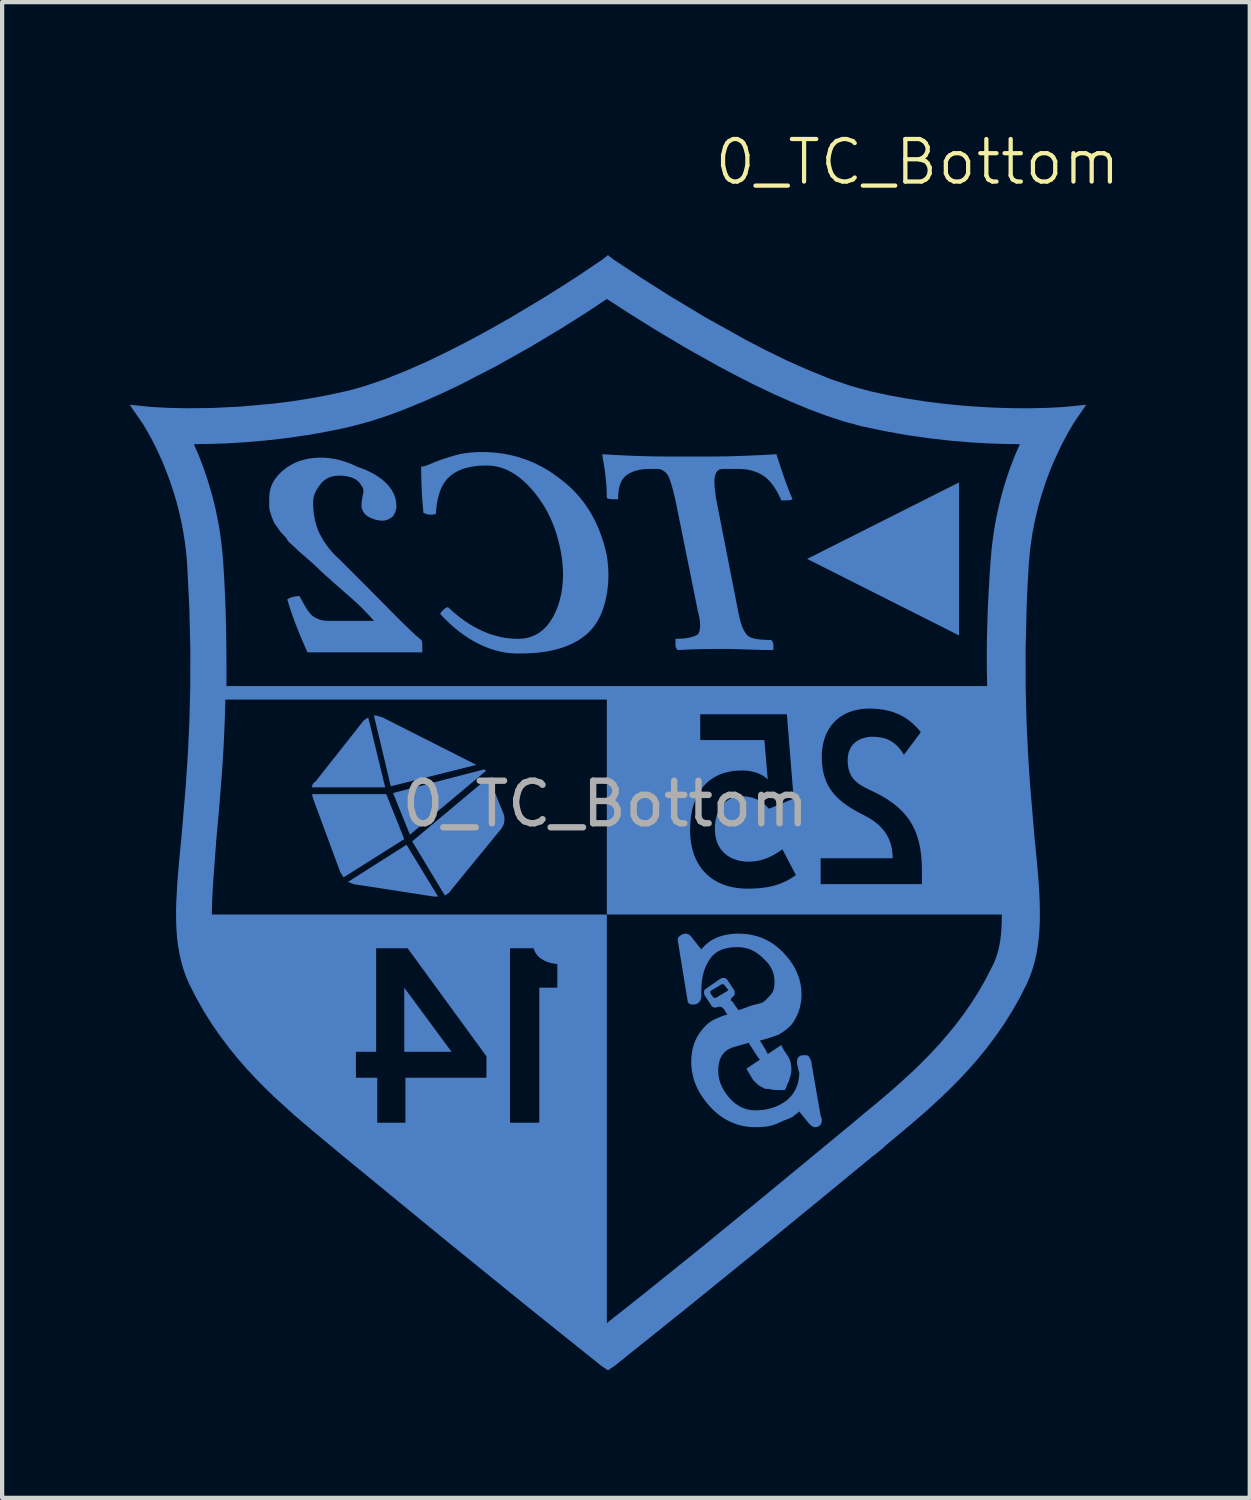
<source format=kicad_pcb>
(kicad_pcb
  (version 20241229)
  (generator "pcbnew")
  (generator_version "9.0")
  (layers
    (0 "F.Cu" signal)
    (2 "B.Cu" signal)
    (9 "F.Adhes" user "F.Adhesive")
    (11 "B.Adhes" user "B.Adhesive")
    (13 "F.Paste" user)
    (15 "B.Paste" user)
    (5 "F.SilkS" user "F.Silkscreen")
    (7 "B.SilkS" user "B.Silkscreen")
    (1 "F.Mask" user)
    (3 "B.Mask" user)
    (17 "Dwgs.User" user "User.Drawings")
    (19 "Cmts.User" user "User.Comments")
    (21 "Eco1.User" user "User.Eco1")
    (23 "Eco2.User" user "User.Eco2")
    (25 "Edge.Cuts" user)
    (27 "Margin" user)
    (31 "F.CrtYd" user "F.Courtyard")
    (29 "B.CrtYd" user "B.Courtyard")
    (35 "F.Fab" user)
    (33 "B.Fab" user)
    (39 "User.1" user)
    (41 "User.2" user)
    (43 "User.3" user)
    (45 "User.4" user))
  (footprint "0_TC_Bottom"
    (layer "F.Cu")
    (at 11.182 13.351)
    (property "Reference" "0_TC_Bottom" (at 7.34 -12.59 0) (unlocked yes) (layer "F.SilkS") (effects (font (size 1 1) (thickness 0.1))))
    (attr smd)
    (fp_poly (pts (xy -3.615 8.329) (xy -4.727 8.329) (xy -4.727 6.821)) (stroke (width -0.000001) (type solid)) (fill yes) (layer "B.Cu"))
    (fp_poly (pts (xy 8.317 -1.46) (xy 4.745 -3.26) (xy 8.317 -5.059)) (stroke (width -0.000001) (type solid)) (fill yes) (layer "B.Cu"))
    (fp_poly (pts (xy -3.933 4.678) (xy -4.039 4.678) (xy -5.917 4.387) (xy -6.05 4.334) (xy -4.674 3.461)) (stroke (width -0.000001) (type solid)) (fill yes) (layer "B.Cu"))
    (fp_poly (pts (xy -4.727 3.328) (xy -6.155 4.228) (xy -6.235 4.096) (xy -6.87 2.376) (xy -6.896 2.27) (xy -5.15 2.27)) (stroke (width -0.000001) (type solid)) (fill yes) (layer "B.Cu"))
    (fp_poly (pts (xy -5.431 0.418) (xy -5.42 0.419) (xy -5.409 0.421) (xy -5.397 0.423) (xy -5.384 0.425) (xy -5.372 0.428) (xy -5.345 0.435) (xy -5.317 0.443) (xy -5.288 0.452) (xy -5.229 0.471) (xy -3.033 1.582) (xy -5.044 2.085) (xy -5.441 0.418)) (stroke (width -0.000001) (type solid)) (fill yes) (layer "B.Cu"))
    (fp_poly (pts (xy -2.839 1.697) (xy -2.836 1.7) (xy -2.832 1.703) (xy -2.829 1.706) (xy -2.827 1.708) (xy -2.825 1.709) (xy -2.824 1.71) (xy -2.823 1.711) (xy -2.822 1.711) (xy -2.82 1.712) (xy -2.819 1.712) (xy -2.818 1.713) (xy -2.817 1.713) (xy -2.815 1.713) (xy -2.814 1.714) (xy -2.811 1.714) (xy -2.808 1.714) (xy -2.804 1.714) (xy -2.795 1.714) (xy -4.594 3.223) (xy -4.991 2.244) (xy -2.848 1.688)) (stroke (width -0.000001) (type solid)) (fill yes) (layer "B.Cu"))
    (fp_poly (pts (xy -2.398 2.72) (xy -2.389 2.745) (xy -2.382 2.769) (xy -2.377 2.794) (xy -2.373 2.819) (xy -2.371 2.843) (xy -2.371 2.867) (xy -2.372 2.891) (xy -2.375 2.915) (xy -2.38 2.938) (xy -2.386 2.962) (xy -2.393 2.984) (xy -2.402 3.006) (xy -2.412 3.028) (xy -2.424 3.049) (xy -2.437 3.07) (xy -2.451 3.09) (xy -3.642 4.546) (xy -3.647 4.555) (xy -3.653 4.564) (xy -3.659 4.573) (xy -3.666 4.581) (xy -3.674 4.588) (xy -3.681 4.595) (xy -3.69 4.602) (xy -3.698 4.608) (xy -3.707 4.614) (xy -3.716 4.62) (xy -3.725 4.626) (xy -3.735 4.631) (xy -3.754 4.641) (xy -3.774 4.651) (xy -4.541 3.381) (xy -2.742 1.873)) (stroke (width -0.000001) (type solid)) (fill yes) (layer "B.Cu"))
    (fp_poly (pts (xy -5.176 2.111) (xy -6.896 2.111) (xy -6.896 2.101) (xy -6.895 2.092) (xy -6.893 2.082) (xy -6.891 2.072) (xy -6.89 2.067) (xy -6.888 2.063) (xy -6.887 2.058) (xy -6.885 2.053) (xy -6.883 2.049) (xy -6.881 2.044) (xy -6.879 2.04) (xy -6.876 2.035) (xy -6.874 2.031) (xy -6.871 2.027) (xy -6.868 2.023) (xy -6.865 2.019) (xy -6.862 2.015) (xy -6.859 2.011) (xy -6.855 2.007) (xy -6.852 2.003) (xy -6.848 2) (xy -6.844 1.997) (xy -6.84 1.993) (xy -6.835 1.99) (xy -6.831 1.987) (xy -6.826 1.984) (xy -6.822 1.982) (xy -6.817 1.979) (xy -5.732 0.603) (xy -5.722 0.589) (xy -5.712 0.576) (xy -5.702 0.564) (xy -5.692 0.553) (xy -5.682 0.543) (xy -5.673 0.533) (xy -5.663 0.525) (xy -5.653 0.517) (xy -5.643 0.51) (xy -5.633 0.504) (xy -5.623 0.497) (xy -5.613 0.492) (xy -5.593 0.481) (xy -5.573 0.471)) (stroke (width -0.000001) (type solid)) (fill yes) (layer "B.Cu"))
    (fp_poly (pts (xy -2.773 -5.771) (xy -2.646 -5.763) (xy -2.52 -5.751) (xy -2.395 -5.733) (xy -2.272 -5.71) (xy -2.151 -5.683) (xy -2.031 -5.649) (xy -1.912 -5.611) (xy -1.795 -5.568) (xy -1.68 -5.519) (xy -1.566 -5.464) (xy -1.454 -5.405) (xy -1.343 -5.34) (xy -1.235 -5.269) (xy -1.128 -5.193) (xy -1.022 -5.112) (xy -0.921 -5.03) (xy -0.824 -4.944) (xy -0.732 -4.854) (xy -0.645 -4.76) (xy -0.563 -4.662) (xy -0.485 -4.56) (xy -0.413 -4.454) (xy -0.344 -4.344) (xy -0.281 -4.231) (xy -0.222 -4.114) (xy -0.168 -3.993) (xy -0.118 -3.869) (xy -0.073 -3.741) (xy -0.032 -3.611) (xy 0.004 -3.476) (xy 0.036 -3.339) (xy 0.053 -3.21) (xy 0.065 -3.081) (xy 0.069 -3.017) (xy 0.072 -2.952) (xy 0.073 -2.888) (xy 0.072 -2.823) (xy 0.07 -2.759) (xy 0.067 -2.694) (xy 0.061 -2.63) (xy 0.054 -2.565) (xy 0.046 -2.501) (xy 0.035 -2.436) (xy 0.023 -2.372) (xy 0.009 -2.307) (xy -0.006 -2.244) (xy -0.023 -2.182) (xy -0.041 -2.122) (xy -0.061 -2.064) (xy -0.082 -2.007) (xy -0.105 -1.952) (xy -0.13 -1.899) (xy -0.156 -1.847) (xy -0.184 -1.797) (xy -0.214 -1.749) (xy -0.247 -1.702) (xy -0.281 -1.656) (xy -0.317 -1.612) (xy -0.356 -1.569) (xy -0.397 -1.527) (xy -0.44 -1.487) (xy -0.507 -1.434) (xy -0.577 -1.384) (xy -0.651 -1.337) (xy -0.729 -1.294) (xy -0.81 -1.254) (xy -0.896 -1.217) (xy -0.985 -1.183) (xy -1.079 -1.153) (xy -1.176 -1.126) (xy -1.278 -1.103) (xy -1.384 -1.083) (xy -1.493 -1.067) (xy -1.607 -1.054) (xy -1.726 -1.045) (xy -1.848 -1.039) (xy -1.975 -1.037) (xy -2.099 -1.036) (xy -2.223 -1.043) (xy -2.347 -1.058) (xy -2.47 -1.081) (xy -2.593 -1.112) (xy -2.715 -1.151) (xy -2.836 -1.198) (xy -2.957 -1.252) (xy -3.077 -1.314) (xy -3.196 -1.384) (xy -3.313 -1.462) (xy -3.43 -1.547) (xy -3.545 -1.64) (xy -3.658 -1.74) (xy -3.77 -1.848) (xy -3.88 -1.963) (xy -3.88 -1.966) (xy -3.88 -1.968) (xy -3.879 -1.971) (xy -3.879 -1.973) (xy -3.878 -1.976) (xy -3.877 -1.978) (xy -3.876 -1.981) (xy -3.875 -1.983) (xy -3.874 -1.986) (xy -3.872 -1.989) (xy -3.869 -1.994) (xy -3.865 -2) (xy -3.86 -2.006) (xy -3.855 -2.013) (xy -3.849 -2.019) (xy -3.842 -2.026) (xy -3.835 -2.034) (xy -3.819 -2.05) (xy -3.801 -2.069) (xy -3.791 -2.078) (xy -3.782 -2.087) (xy -3.773 -2.094) (xy -3.765 -2.1) (xy -3.758 -2.105) (xy -3.751 -2.109) (xy -3.744 -2.113) (xy -3.738 -2.115) (xy -3.732 -2.118) (xy -3.726 -2.119) (xy -3.72 -2.12) (xy -3.715 -2.121) (xy -3.71 -2.122) (xy -3.705 -2.122) (xy -3.695 -2.122) (xy -3.595 -2.031) (xy -3.495 -1.946) (xy -3.394 -1.867) (xy -3.293 -1.794) (xy -3.192 -1.727) (xy -3.09 -1.667) (xy -2.987 -1.612) (xy -2.884 -1.563) (xy -2.781 -1.52) (xy -2.678 -1.483) (xy -2.574 -1.452) (xy -2.471 -1.426) (xy -2.367 -1.406) (xy -2.263 -1.392) (xy -2.159 -1.384) (xy -2.054 -1.381) (xy -1.981 -1.384) (xy -1.91 -1.391) (xy -1.842 -1.403) (xy -1.777 -1.42) (xy -1.713 -1.442) (xy -1.653 -1.469) (xy -1.594 -1.5) (xy -1.538 -1.537) (xy -1.485 -1.577) (xy -1.434 -1.623) (xy -1.386 -1.673) (xy -1.34 -1.727) (xy -1.297 -1.786) (xy -1.256 -1.85) (xy -1.217 -1.917) (xy -1.181 -1.99) (xy -1.148 -2.065) (xy -1.118 -2.143) (xy -1.091 -2.224) (xy -1.068 -2.306) (xy -1.047 -2.391) (xy -1.03 -2.478) (xy -1.016 -2.567) (xy -1.006 -2.658) (xy -0.999 -2.75) (xy -0.995 -2.845) (xy -0.995 -2.941) (xy -0.999 -3.039) (xy -1.006 -3.138) (xy -1.017 -3.239) (xy -1.031 -3.341) (xy -1.049 -3.445) (xy -1.07 -3.548) (xy -1.094 -3.65) (xy -1.12 -3.749) (xy -1.149 -3.847) (xy -1.18 -3.943) (xy -1.214 -4.036) (xy -1.251 -4.129) (xy -1.29 -4.219) (xy -1.333 -4.307) (xy -1.378 -4.394) (xy -1.426 -4.478) (xy -1.477 -4.561) (xy -1.531 -4.642) (xy -1.588 -4.721) (xy -1.647 -4.798) (xy -1.71 -4.874) (xy -1.775 -4.946) (xy -1.839 -5.013) (xy -1.904 -5.075) (xy -1.969 -5.132) (xy -2.034 -5.184) (xy -2.1 -5.232) (xy -2.166 -5.275) (xy -2.233 -5.313) (xy -2.3 -5.347) (xy -2.368 -5.376) (xy -2.437 -5.401) (xy -2.507 -5.421) (xy -2.577 -5.436) (xy -2.649 -5.447) (xy -2.721 -5.454) (xy -2.795 -5.456) (xy -2.873 -5.454) (xy -2.948 -5.451) (xy -3.02 -5.445) (xy -3.088 -5.436) (xy -3.154 -5.426) (xy -3.217 -5.412) (xy -3.277 -5.397) (xy -3.334 -5.38) (xy -3.389 -5.36) (xy -3.44 -5.338) (xy -3.489 -5.314) (xy -3.536 -5.288) (xy -3.579 -5.26) (xy -3.62 -5.23) (xy -3.659 -5.198) (xy -3.695 -5.165) (xy -3.728 -5.129) (xy -3.759 -5.09) (xy -3.788 -5.049) (xy -3.815 -5.006) (xy -3.839 -4.961) (xy -3.861 -4.913) (xy -3.882 -4.863) (xy -3.9 -4.811) (xy -3.916 -4.756) (xy -3.931 -4.7) (xy -3.944 -4.641) (xy -3.955 -4.581) (xy -3.965 -4.518) (xy -3.973 -4.453) (xy -3.98 -4.387) (xy -3.986 -4.318) (xy -4.001 -4.313) (xy -4.017 -4.309) (xy -4.033 -4.306) (xy -4.05 -4.304) (xy -4.067 -4.302) (xy -4.085 -4.301) (xy -4.103 -4.301) (xy -4.121 -4.301) (xy -4.14 -4.303) (xy -4.159 -4.306) (xy -4.178 -4.31) (xy -4.198 -4.314) (xy -4.218 -4.32) (xy -4.237 -4.327) (xy -4.257 -4.335) (xy -4.277 -4.344) (xy -4.296 -4.562) (xy -4.305 -4.685) (xy -4.313 -4.817) (xy -4.32 -4.958) (xy -4.325 -5.107) (xy -4.329 -5.264) (xy -4.33 -5.429) (xy -4.315 -5.43) (xy -4.299 -5.432) (xy -4.282 -5.434) (xy -4.265 -5.438) (xy -4.248 -5.443) (xy -4.229 -5.449) (xy -4.21 -5.455) (xy -4.191 -5.462) (xy -4.15 -5.478) (xy -4.107 -5.496) (xy -4.061 -5.515) (xy -4.012 -5.535) (xy -3.961 -5.555) (xy -3.908 -5.575) (xy -3.852 -5.595) (xy -3.794 -5.614) (xy -3.733 -5.634) (xy -3.67 -5.654) (xy -3.604 -5.674) (xy -3.536 -5.694) (xy -3.465 -5.712) (xy -3.392 -5.729) (xy -3.317 -5.742) (xy -3.238 -5.753) (xy -3.158 -5.762) (xy -3.075 -5.768) (xy -2.989 -5.772) (xy -2.901 -5.773)) (stroke (width -0.000001) (type solid)) (fill yes) (layer "B.Cu"))
    (fp_poly (pts (xy 4.013 -5.72) (xy 4.017 -5.72) (xy 4.02 -5.72) (xy 4.021 -5.72) (xy 4.022 -5.719) (xy 4.024 -5.719) (xy 4.025 -5.719) (xy 4.026 -5.719) (xy 4.026 -5.718) (xy 4.027 -5.718) (xy 4.028 -5.717) (xy 4.028 -5.716) (xy 4.029 -5.716) (xy 4.029 -5.715) (xy 4.03 -5.714) (xy 4.03 -5.713) (xy 4.03 -5.712) (xy 4.03 -5.71) (xy 4.031 -5.709) (xy 4.031 -5.706) (xy 4.031 -5.703) (xy 4.031 -5.694) (xy 4.111 -5.451) (xy 4.196 -5.198) (xy 4.242 -5.068) (xy 4.292 -4.935) (xy 4.344 -4.8) (xy 4.401 -4.662) (xy 4.391 -4.657) (xy 4.38 -4.653) (xy 4.369 -4.65) (xy 4.356 -4.647) (xy 4.343 -4.644) (xy 4.329 -4.642) (xy 4.315 -4.64) (xy 4.299 -4.639) (xy 4.282 -4.638) (xy 4.265 -4.637) (xy 4.227 -4.636) (xy 4.184 -4.636) (xy 4.137 -4.636) (xy 4.116 -4.684) (xy 4.095 -4.732) (xy 4.072 -4.778) (xy 4.048 -4.823) (xy 4.024 -4.866) (xy 3.998 -4.908) (xy 3.972 -4.948) (xy 3.945 -4.986) (xy 3.917 -5.022) (xy 3.889 -5.057) (xy 3.861 -5.089) (xy 3.832 -5.119) (xy 3.803 -5.147) (xy 3.773 -5.173) (xy 3.743 -5.197) (xy 3.714 -5.218) (xy 3.683 -5.237) (xy 3.652 -5.255) (xy 3.619 -5.272) (xy 3.585 -5.287) (xy 3.551 -5.301) (xy 3.515 -5.314) (xy 3.479 -5.326) (xy 3.442 -5.337) (xy 3.405 -5.346) (xy 3.367 -5.354) (xy 3.328 -5.361) (xy 3.289 -5.366) (xy 3.25 -5.371) (xy 3.211 -5.374) (xy 3.171 -5.376) (xy 3.131 -5.376) (xy 2.788 -5.376) (xy 2.764 -5.376) (xy 2.742 -5.374) (xy 2.731 -5.372) (xy 2.721 -5.371) (xy 2.712 -5.368) (xy 2.702 -5.366) (xy 2.694 -5.363) (xy 2.685 -5.36) (xy 2.677 -5.357) (xy 2.669 -5.353) (xy 2.662 -5.348) (xy 2.655 -5.344) (xy 2.648 -5.339) (xy 2.642 -5.333) (xy 2.636 -5.328) (xy 2.63 -5.321) (xy 2.625 -5.315) (xy 2.62 -5.308) (xy 2.615 -5.3) (xy 2.61 -5.293) (xy 2.606 -5.285) (xy 2.601 -5.276) (xy 2.594 -5.257) (xy 2.587 -5.237) (xy 2.581 -5.215) (xy 2.576 -5.191) (xy 2.571 -5.166) (xy 2.568 -5.14) (xy 2.566 -5.114) (xy 2.565 -5.087) (xy 2.565 -5.059) (xy 2.566 -5.03) (xy 2.567 -5) (xy 2.569 -4.97) (xy 2.575 -4.906) (xy 2.583 -4.838) (xy 2.602 -4.688) (xy 3.131 -1.99) (xy 3.142 -1.937) (xy 3.153 -1.887) (xy 3.164 -1.84) (xy 3.176 -1.795) (xy 3.188 -1.754) (xy 3.201 -1.715) (xy 3.214 -1.679) (xy 3.227 -1.646) (xy 3.241 -1.615) (xy 3.255 -1.586) (xy 3.27 -1.56) (xy 3.284 -1.536) (xy 3.299 -1.514) (xy 3.313 -1.494) (xy 3.328 -1.476) (xy 3.343 -1.461) (xy 3.351 -1.453) (xy 3.36 -1.446) (xy 3.369 -1.44) (xy 3.379 -1.433) (xy 3.39 -1.427) (xy 3.401 -1.421) (xy 3.426 -1.41) (xy 3.454 -1.401) (xy 3.484 -1.392) (xy 3.517 -1.384) (xy 3.552 -1.378) (xy 3.589 -1.372) (xy 3.628 -1.367) (xy 3.669 -1.363) (xy 3.711 -1.36) (xy 3.756 -1.358) (xy 3.802 -1.356) (xy 3.85 -1.355) (xy 3.899 -1.355) (xy 3.909 -1.345) (xy 3.913 -1.339) (xy 3.918 -1.334) (xy 3.923 -1.328) (xy 3.927 -1.322) (xy 3.929 -1.319) (xy 3.931 -1.316) (xy 3.933 -1.312) (xy 3.935 -1.308) (xy 3.937 -1.305) (xy 3.939 -1.301) (xy 3.94 -1.296) (xy 3.942 -1.292) (xy 3.943 -1.288) (xy 3.945 -1.283) (xy 3.946 -1.278) (xy 3.947 -1.273) (xy 3.948 -1.267) (xy 3.949 -1.262) (xy 3.95 -1.256) (xy 3.951 -1.25) (xy 3.951 -1.243) (xy 3.951 -1.237) (xy 3.952 -1.23) (xy 3.952 -1.222) (xy 3.952 -1.117) (xy 3.787 -1.118) (xy 3.629 -1.121) (xy 3.337 -1.13) (xy 3.074 -1.139) (xy 2.953 -1.142) (xy 2.84 -1.143) (xy 2.592 -1.143) (xy 2.321 -1.14) (xy 2.177 -1.137) (xy 2.026 -1.132) (xy 1.868 -1.125) (xy 1.703 -1.117) (xy 1.693 -1.127) (xy 1.688 -1.132) (xy 1.683 -1.137) (xy 1.679 -1.143) (xy 1.674 -1.149) (xy 1.672 -1.152) (xy 1.67 -1.156) (xy 1.668 -1.159) (xy 1.666 -1.163) (xy 1.665 -1.167) (xy 1.663 -1.171) (xy 1.661 -1.175) (xy 1.66 -1.179) (xy 1.658 -1.184) (xy 1.657 -1.188) (xy 1.656 -1.193) (xy 1.654 -1.198) (xy 1.653 -1.204) (xy 1.652 -1.209) (xy 1.652 -1.215) (xy 1.651 -1.221) (xy 1.65 -1.228) (xy 1.65 -1.235) (xy 1.65 -1.242) (xy 1.65 -1.249) (xy 1.65 -1.381) (xy 1.703 -1.382) (xy 1.753 -1.384) (xy 1.8 -1.386) (xy 1.844 -1.39) (xy 1.886 -1.395) (xy 1.924 -1.401) (xy 1.96 -1.407) (xy 1.994 -1.414) (xy 2.025 -1.422) (xy 2.053 -1.43) (xy 2.08 -1.439) (xy 2.104 -1.448) (xy 2.126 -1.458) (xy 2.145 -1.467) (xy 2.163 -1.477) (xy 2.179 -1.487) (xy 2.189 -1.503) (xy 2.197 -1.521) (xy 2.205 -1.54) (xy 2.212 -1.562) (xy 2.218 -1.586) (xy 2.223 -1.613) (xy 2.227 -1.641) (xy 2.229 -1.672) (xy 2.229 -1.706) (xy 2.228 -1.742) (xy 2.225 -1.78) (xy 2.22 -1.822) (xy 2.213 -1.866) (xy 2.204 -1.913) (xy 2.193 -1.963) (xy 2.179 -2.016) (xy 1.65 -4.636) (xy 1.63 -4.722) (xy 1.61 -4.804) (xy 1.59 -4.881) (xy 1.57 -4.953) (xy 1.551 -5.02) (xy 1.531 -5.082) (xy 1.511 -5.139) (xy 1.491 -5.191) (xy 1.481 -5.211) (xy 1.469 -5.229) (xy 1.456 -5.248) (xy 1.442 -5.265) (xy 1.428 -5.281) (xy 1.412 -5.296) (xy 1.396 -5.31) (xy 1.379 -5.323) (xy 1.361 -5.335) (xy 1.343 -5.346) (xy 1.324 -5.355) (xy 1.315 -5.359) (xy 1.305 -5.362) (xy 1.295 -5.365) (xy 1.286 -5.368) (xy 1.276 -5.371) (xy 1.266 -5.373) (xy 1.256 -5.374) (xy 1.246 -5.375) (xy 1.236 -5.376) (xy 1.226 -5.376) (xy 1.068 -5.376) (xy 1.019 -5.376) (xy 0.972 -5.374) (xy 0.927 -5.371) (xy 0.884 -5.366) (xy 0.842 -5.361) (xy 0.802 -5.354) (xy 0.764 -5.346) (xy 0.727 -5.337) (xy 0.692 -5.326) (xy 0.658 -5.314) (xy 0.626 -5.301) (xy 0.595 -5.287) (xy 0.566 -5.272) (xy 0.538 -5.255) (xy 0.511 -5.237) (xy 0.486 -5.218) (xy 0.473 -5.207) (xy 0.462 -5.197) (xy 0.451 -5.186) (xy 0.44 -5.174) (xy 0.429 -5.162) (xy 0.419 -5.15) (xy 0.41 -5.137) (xy 0.401 -5.123) (xy 0.392 -5.109) (xy 0.384 -5.095) (xy 0.369 -5.065) (xy 0.355 -5.033) (xy 0.343 -4.999) (xy 0.333 -4.964) (xy 0.324 -4.926) (xy 0.317 -4.887) (xy 0.311 -4.846) (xy 0.306 -4.802) (xy 0.303 -4.757) (xy 0.301 -4.711) (xy 0.3 -4.662) (xy 0.211 -4.662) (xy 0.173 -4.663) (xy 0.138 -4.665) (xy 0.123 -4.667) (xy 0.108 -4.668) (xy 0.094 -4.671) (xy 0.081 -4.673) (xy 0.069 -4.676) (xy 0.057 -4.68) (xy 0.046 -4.684) (xy 0.036 -4.688) (xy 0.033 -4.826) (xy 0.027 -4.961) (xy 0.016 -5.093) (xy 0.003 -5.221) (xy -0.013 -5.345) (xy -0.031 -5.466) (xy -0.07 -5.694) (xy -0.07 -5.703) (xy -0.07 -5.706) (xy -0.07 -5.709) (xy -0.069 -5.71) (xy -0.069 -5.712) (xy -0.069 -5.713) (xy -0.069 -5.714) (xy -0.068 -5.715) (xy -0.068 -5.716) (xy -0.067 -5.716) (xy -0.067 -5.717) (xy -0.066 -5.718) (xy -0.065 -5.718) (xy -0.064 -5.719) (xy -0.064 -5.719) (xy -0.063 -5.719) (xy -0.061 -5.719) (xy -0.06 -5.72) (xy -0.059 -5.72) (xy -0.056 -5.72) (xy -0.052 -5.72) (xy -0.044 -5.72) (xy 0.289 -5.701) (xy 0.654 -5.684) (xy 1.054 -5.672) (xy 1.268 -5.669) (xy 1.491 -5.667) (xy 2.444 -5.667) (xy 2.659 -5.669) (xy 2.87 -5.672) (xy 3.274 -5.684) (xy 3.653 -5.701) (xy 4.005 -5.72)) (stroke (width -0.000001) (type solid)) (fill yes) (layer "B.Cu"))
    (fp_poly (pts (xy -6.63 -5.64) (xy -6.575 -5.637) (xy -6.521 -5.633) (xy -6.467 -5.626) (xy -6.413 -5.618) (xy -6.359 -5.609) (xy -6.305 -5.598) (xy -6.251 -5.585) (xy -6.198 -5.57) (xy -6.145 -5.554) (xy -6.093 -5.537) (xy -6.041 -5.518) (xy -5.989 -5.498) (xy -5.938 -5.476) (xy -5.888 -5.453) (xy -5.838 -5.429) (xy -5.723 -5.388) (xy -5.616 -5.344) (xy -5.517 -5.297) (xy -5.425 -5.247) (xy -5.342 -5.195) (xy -5.266 -5.141) (xy -5.198 -5.084) (xy -5.137 -5.026) (xy -5.083 -4.965) (xy -5.037 -4.903) (xy -4.999 -4.839) (xy -4.967 -4.774) (xy -4.943 -4.708) (xy -4.926 -4.641) (xy -4.915 -4.572) (xy -4.912 -4.503) (xy -4.912 -4.488) (xy -4.913 -4.473) (xy -4.915 -4.459) (xy -4.917 -4.444) (xy -4.92 -4.429) (xy -4.923 -4.414) (xy -4.927 -4.399) (xy -4.932 -4.384) (xy -4.937 -4.369) (xy -4.943 -4.354) (xy -4.949 -4.339) (xy -4.957 -4.325) (xy -4.964 -4.31) (xy -4.973 -4.295) (xy -4.982 -4.28) (xy -4.991 -4.265) (xy -5.002 -4.255) (xy -5.013 -4.245) (xy -5.026 -4.236) (xy -5.04 -4.226) (xy -5.054 -4.217) (xy -5.069 -4.208) (xy -5.084 -4.2) (xy -5.1 -4.192) (xy -5.117 -4.185) (xy -5.133 -4.179) (xy -5.15 -4.173) (xy -5.166 -4.168) (xy -5.182 -4.164) (xy -5.199 -4.162) (xy -5.214 -4.16) (xy -5.229 -4.159) (xy -5.249 -4.16) (xy -5.269 -4.16) (xy -5.289 -4.162) (xy -5.309 -4.164) (xy -5.329 -4.167) (xy -5.348 -4.17) (xy -5.368 -4.174) (xy -5.388 -4.179) (xy -5.408 -4.184) (xy -5.428 -4.19) (xy -5.448 -4.197) (xy -5.467 -4.204) (xy -5.487 -4.212) (xy -5.507 -4.22) (xy -5.527 -4.229) (xy -5.547 -4.239) (xy -5.566 -4.249) (xy -5.584 -4.26) (xy -5.601 -4.271) (xy -5.617 -4.283) (xy -5.631 -4.296) (xy -5.645 -4.309) (xy -5.658 -4.323) (xy -5.669 -4.338) (xy -5.68 -4.353) (xy -5.69 -4.369) (xy -5.699 -4.385) (xy -5.707 -4.402) (xy -5.714 -4.42) (xy -5.721 -4.438) (xy -5.727 -4.457) (xy -5.732 -4.477) (xy -5.732 -4.498) (xy -5.732 -4.522) (xy -5.731 -4.549) (xy -5.729 -4.579) (xy -5.726 -4.613) (xy -5.723 -4.632) (xy -5.721 -4.652) (xy -5.718 -4.672) (xy -5.714 -4.694) (xy -5.71 -4.717) (xy -5.706 -4.741) (xy -5.701 -4.761) (xy -5.697 -4.78) (xy -5.694 -4.798) (xy -5.691 -4.816) (xy -5.689 -4.833) (xy -5.688 -4.849) (xy -5.688 -4.865) (xy -5.689 -4.88) (xy -5.691 -4.895) (xy -5.693 -4.909) (xy -5.697 -4.922) (xy -5.702 -4.935) (xy -5.708 -4.947) (xy -5.715 -4.958) (xy -5.723 -4.969) (xy -5.732 -4.979) (xy -5.74 -4.994) (xy -5.748 -5.008) (xy -5.757 -5.022) (xy -5.767 -5.035) (xy -5.777 -5.048) (xy -5.788 -5.06) (xy -5.799 -5.072) (xy -5.811 -5.084) (xy -5.824 -5.095) (xy -5.837 -5.105) (xy -5.85 -5.115) (xy -5.865 -5.125) (xy -5.879 -5.134) (xy -5.895 -5.142) (xy -5.911 -5.15) (xy -5.927 -5.158) (xy -5.944 -5.165) (xy -5.962 -5.172) (xy -5.98 -5.178) (xy -5.998 -5.184) (xy -6.018 -5.189) (xy -6.037 -5.194) (xy -6.057 -5.199) (xy -6.078 -5.203) (xy -6.099 -5.206) (xy -6.121 -5.209) (xy -6.166 -5.214) (xy -6.213 -5.217) (xy -6.261 -5.218) (xy -6.291 -5.217) (xy -6.321 -5.215) (xy -6.35 -5.212) (xy -6.379 -5.207) (xy -6.408 -5.201) (xy -6.437 -5.194) (xy -6.465 -5.185) (xy -6.493 -5.175) (xy -6.52 -5.163) (xy -6.546 -5.149) (xy -6.571 -5.134) (xy -6.596 -5.117) (xy -6.62 -5.099) (xy -6.642 -5.078) (xy -6.664 -5.056) (xy -6.685 -5.032) (xy -6.704 -5.008) (xy -6.723 -4.983) (xy -6.741 -4.958) (xy -6.758 -4.932) (xy -6.774 -4.907) (xy -6.79 -4.881) (xy -6.804 -4.854) (xy -6.817 -4.827) (xy -6.829 -4.8) (xy -6.839 -4.771) (xy -6.848 -4.742) (xy -6.856 -4.712) (xy -6.862 -4.682) (xy -6.866 -4.65) (xy -6.869 -4.617) (xy -6.87 -4.583) (xy -6.869 -4.533) (xy -6.867 -4.485) (xy -6.864 -4.437) (xy -6.86 -4.39) (xy -6.855 -4.343) (xy -6.849 -4.297) (xy -6.842 -4.253) (xy -6.833 -4.209) (xy -6.824 -4.166) (xy -6.814 -4.124) (xy -6.803 -4.083) (xy -6.792 -4.043) (xy -6.779 -4.004) (xy -6.766 -3.967) (xy -6.752 -3.93) (xy -6.737 -3.895) (xy -6.696 -3.815) (xy -6.652 -3.736) (xy -6.628 -3.696) (xy -6.603 -3.657) (xy -6.577 -3.617) (xy -6.549 -3.577) (xy -6.52 -3.537) (xy -6.489 -3.498) (xy -6.456 -3.458) (xy -6.421 -3.418) (xy -6.385 -3.379) (xy -6.346 -3.339) (xy -6.305 -3.299) (xy -6.261 -3.26) (xy -5.626 -2.625) (xy -4.889 -1.881) (xy -4.733 -1.726) (xy -4.588 -1.587) (xy -4.454 -1.462) (xy -4.33 -1.355) (xy -4.327 -1.352) (xy -4.325 -1.349) (xy -4.323 -1.347) (xy -4.321 -1.344) (xy -4.319 -1.34) (xy -4.318 -1.337) (xy -4.316 -1.334) (xy -4.314 -1.33) (xy -4.312 -1.322) (xy -4.31 -1.314) (xy -4.308 -1.305) (xy -4.307 -1.295) (xy -4.306 -1.285) (xy -4.305 -1.274) (xy -4.304 -1.263) (xy -4.304 -1.25) (xy -4.303 -1.224) (xy -4.303 -1.196) (xy -4.303 -1.064) (xy -7.002 -1.064) (xy -7.11 -1.306) (xy -7.169 -1.445) (xy -7.23 -1.596) (xy -7.293 -1.758) (xy -7.356 -1.931) (xy -7.418 -2.114) (xy -7.478 -2.307) (xy -7.463 -2.317) (xy -7.447 -2.326) (xy -7.431 -2.334) (xy -7.414 -2.342) (xy -7.397 -2.349) (xy -7.379 -2.356) (xy -7.361 -2.361) (xy -7.343 -2.367) (xy -7.324 -2.371) (xy -7.305 -2.375) (xy -7.286 -2.379) (xy -7.266 -2.382) (xy -7.247 -2.384) (xy -7.227 -2.385) (xy -7.207 -2.386) (xy -7.187 -2.387) (xy -7.139 -2.292) (xy -7.093 -2.208) (xy -7.05 -2.134) (xy -7.009 -2.069) (xy -6.989 -2.041) (xy -6.97 -2.014) (xy -6.952 -1.991) (xy -6.934 -1.97) (xy -6.917 -1.951) (xy -6.901 -1.935) (xy -6.885 -1.921) (xy -6.87 -1.91) (xy -6.855 -1.9) (xy -6.839 -1.891) (xy -6.822 -1.881) (xy -6.805 -1.871) (xy -6.787 -1.862) (xy -6.768 -1.854) (xy -6.748 -1.845) (xy -6.728 -1.838) (xy -6.706 -1.83) (xy -6.683 -1.824) (xy -6.66 -1.818) (xy -6.635 -1.814) (xy -6.61 -1.81) (xy -6.583 -1.807) (xy -6.555 -1.805) (xy -6.526 -1.804) (xy -5.441 -1.804) (xy -5.51 -1.883) (xy -5.58 -1.958) (xy -5.649 -2.031) (xy -5.719 -2.102) (xy -5.788 -2.17) (xy -5.858 -2.236) (xy -5.927 -2.299) (xy -5.997 -2.36) (xy -6.42 -2.731) (xy -6.443 -2.753) (xy -6.473 -2.78) (xy -6.549 -2.846) (xy -6.593 -2.885) (xy -6.64 -2.928) (xy -6.688 -2.973) (xy -6.713 -2.997) (xy -6.737 -3.022) (xy -6.786 -3.069) (xy -6.831 -3.111) (xy -6.874 -3.149) (xy -6.913 -3.184) (xy -6.979 -3.241) (xy -7.006 -3.265) (xy -7.029 -3.286) (xy -7.039 -3.296) (xy -7.05 -3.306) (xy -7.073 -3.327) (xy -7.128 -3.372) (xy -7.159 -3.398) (xy -7.192 -3.428) (xy -7.21 -3.443) (xy -7.228 -3.46) (xy -7.247 -3.479) (xy -7.267 -3.498) (xy -7.286 -3.517) (xy -7.305 -3.535) (xy -7.341 -3.568) (xy -7.402 -3.623) (xy -7.428 -3.647) (xy -7.439 -3.658) (xy -7.449 -3.669) (xy -7.458 -3.679) (xy -7.466 -3.69) (xy -7.473 -3.7) (xy -7.478 -3.709) (xy -7.484 -3.719) (xy -7.489 -3.729) (xy -7.496 -3.739) (xy -7.503 -3.75) (xy -7.511 -3.76) (xy -7.519 -3.77) (xy -7.528 -3.781) (xy -7.538 -3.792) (xy -7.548 -3.803) (xy -7.559 -3.815) (xy -7.582 -3.84) (xy -7.609 -3.866) (xy -7.637 -3.895) (xy -7.676 -3.953) (xy -7.713 -4.007) (xy -7.73 -4.031) (xy -7.745 -4.051) (xy -7.758 -4.068) (xy -7.764 -4.074) (xy -7.769 -4.08) (xy -7.789 -4.12) (xy -7.799 -4.141) (xy -7.809 -4.163) (xy -7.819 -4.186) (xy -7.829 -4.21) (xy -7.839 -4.237) (xy -7.849 -4.265) (xy -7.868 -4.324) (xy -7.877 -4.353) (xy -7.885 -4.381) (xy -7.892 -4.407) (xy -7.895 -4.42) (xy -7.897 -4.433) (xy -7.899 -4.444) (xy -7.9 -4.456) (xy -7.901 -4.467) (xy -7.902 -4.477) (xy -7.902 -4.688) (xy -7.9 -4.742) (xy -7.895 -4.794) (xy -7.888 -4.844) (xy -7.877 -4.893) (xy -7.864 -4.94) (xy -7.847 -4.985) (xy -7.828 -5.029) (xy -7.806 -5.072) (xy -7.781 -5.114) (xy -7.753 -5.154) (xy -7.723 -5.193) (xy -7.69 -5.232) (xy -7.654 -5.269) (xy -7.616 -5.306) (xy -7.575 -5.341) (xy -7.531 -5.376) (xy -7.486 -5.41) (xy -7.44 -5.441) (xy -7.392 -5.47) (xy -7.343 -5.496) (xy -7.293 -5.52) (xy -7.242 -5.541) (xy -7.191 -5.561) (xy -7.138 -5.578) (xy -7.084 -5.593) (xy -7.029 -5.606) (xy -6.974 -5.617) (xy -6.917 -5.626) (xy -6.86 -5.632) (xy -6.802 -5.637) (xy -6.744 -5.64) (xy -6.685 -5.641)) (stroke (width -0.000001) (type solid)) (fill yes) (layer "B.Cu"))
    (fp_poly (pts (xy 0.195 -10.298) (xy 0.825 -9.881) (xy 1.499 -9.453) (xy 2.338 -8.948) (xy 3.286 -8.419) (xy 3.783 -8.161) (xy 4.287 -7.916) (xy 4.791 -7.692) (xy 5.286 -7.493) (xy 5.768 -7.328) (xy 6.227 -7.202) (xy 6.67 -7.106) (xy 7.105 -7.027) (xy 7.529 -6.961) (xy 7.939 -6.91) (xy 8.332 -6.87) (xy 8.706 -6.841) (xy 9.058 -6.821) (xy 9.386 -6.808) (xy 9.685 -6.803) (xy 9.954 -6.802) (xy 10.391 -6.811) (xy 10.778 -6.832) (xy 11.307 -6.884) (xy 11.016 -6.461) (xy 10.869 -6.209) (xy 10.716 -5.919) (xy 10.537 -5.532) (xy 10.443 -5.304) (xy 10.351 -5.054) (xy 10.262 -4.783) (xy 10.179 -4.493) (xy 10.105 -4.184) (xy 10.041 -3.857) (xy 9.991 -3.513) (xy 9.958 -3.154) (xy 9.927 -2.618) (xy 9.905 -2.103) (xy 9.882 -1.13) (xy 9.883 -0.231) (xy 9.905 0.597) (xy 9.941 1.358) (xy 9.987 2.055) (xy 10.09 3.276) (xy 10.145 3.828) (xy 10.188 4.338) (xy 10.203 4.578) (xy 10.213 4.809) (xy 10.217 5.032) (xy 10.216 5.247) (xy 10.207 5.454) (xy 10.191 5.654) (xy 10.167 5.848) (xy 10.135 6.036) (xy 10.093 6.219) (xy 10.041 6.397) (xy 9.978 6.571) (xy 9.905 6.742) (xy 9.74 7.066) (xy 9.564 7.376) (xy 9.378 7.672) (xy 9.183 7.954) (xy 8.981 8.223) (xy 8.772 8.481) (xy 8.558 8.726) (xy 8.34 8.961) (xy 8.12 9.185) (xy 7.897 9.4) (xy 7.675 9.606) (xy 7.453 9.804) (xy 7.016 10.177) (xy 6.598 10.525) (xy 6.558 10.564) (xy 6.518 10.6) (xy 6.478 10.634) (xy 6.439 10.667) (xy 6.399 10.699) (xy 6.359 10.73) (xy 6.28 10.79) (xy 4.972 11.866) (xy 3.797 12.827) (xy 1.891 14.372) (xy 0.221 15.711) (xy 0.062 15.817) (xy -0.096 15.711) (xy -1.35 14.706) (xy 0.036 14.706) (xy 0.872 14.046) (xy 2.123 13.039) (xy 3.745 11.714) (xy 5.698 10.102) (xy 6.015 9.837) (xy 6.412 9.509) (xy 6.822 9.158) (xy 7.238 8.779) (xy 7.444 8.578) (xy 7.649 8.369) (xy 7.851 8.151) (xy 8.048 7.924) (xy 8.241 7.688) (xy 8.426 7.441) (xy 8.605 7.184) (xy 8.775 6.916) (xy 8.935 6.636) (xy 9.085 6.345) (xy 9.118 6.28) (xy 9.148 6.213) (xy 9.175 6.145) (xy 9.2 6.076) (xy 9.222 6.005) (xy 9.241 5.933) (xy 9.258 5.858) (xy 9.273 5.782) (xy 9.286 5.705) (xy 9.296 5.625) (xy 9.305 5.543) (xy 9.312 5.459) (xy 9.32 5.285) (xy 9.323 5.101) (xy 0.036 5.101) (xy 0.036 14.706) (xy -1.35 14.706) (xy -1.767 14.372) (xy -3.672 12.827) (xy -6.155 10.79) (xy -6.473 10.525) (xy -6.892 10.177) (xy -7.328 9.804) (xy -7.773 9.4) (xy -7.995 9.185) (xy -8.216 8.961) (xy -8.434 8.726) (xy -8.648 8.481) (xy -8.771 8.329) (xy -5.864 8.329) (xy -5.864 8.938) (xy -5.362 8.938) (xy -5.362 9.996) (xy -4.7 9.996) (xy -2.24 9.996) (xy -1.552 9.996) (xy -1.552 6.821) (xy -1.128 6.821) (xy -1.128 6.265) (xy -1.182 6.259) (xy -1.234 6.25) (xy -1.259 6.245) (xy -1.283 6.239) (xy -1.307 6.233) (xy -1.33 6.226) (xy -1.353 6.218) (xy -1.375 6.21) (xy -1.397 6.202) (xy -1.418 6.192) (xy -1.438 6.182) (xy -1.458 6.172) (xy -1.477 6.161) (xy -1.495 6.15) (xy -1.513 6.138) (xy -1.53 6.125) (xy -1.546 6.112) (xy -1.562 6.098) (xy -1.576 6.084) (xy -1.59 6.069) (xy -1.603 6.054) (xy -1.616 6.038) (xy -1.627 6.022) (xy -1.638 6.005) (xy -1.648 5.988) (xy -1.657 5.971) (xy -1.665 5.952) (xy -1.672 5.934) (xy -1.679 5.915) (xy -1.684 5.895) (xy -2.24 5.895) (xy -2.24 9.996) (xy -4.7 9.996) (xy -4.7 8.938) (xy -2.795 8.938) (xy -2.795 8.435) (xy -4.647 5.895) (xy -5.388 5.895) (xy -5.388 8.329) (xy -5.864 8.329) (xy -8.771 8.329) (xy -8.856 8.223) (xy -9.059 7.954) (xy -9.254 7.672) (xy -9.439 7.376) (xy -9.615 7.066) (xy -9.78 6.742) (xy -9.854 6.572) (xy -9.916 6.398) (xy -9.968 6.221) (xy -10.01 6.04) (xy -10.043 5.853) (xy -10.067 5.661) (xy -10.083 5.462) (xy -10.091 5.257) (xy -10.092 5.101) (xy -9.251 5.101) (xy 0.036 5.101) (xy 0.036 3.117) (xy 1.994 3.117) (xy 1.995 3.2) (xy 2 3.28) (xy 2.008 3.359) (xy 2.019 3.434) (xy 2.033 3.507) (xy 2.05 3.578) (xy 2.07 3.646) (xy 2.093 3.711) (xy 2.119 3.774) (xy 2.147 3.835) (xy 2.178 3.892) (xy 2.211 3.947) (xy 2.248 4) (xy 2.286 4.05) (xy 2.327 4.097) (xy 2.371 4.142) (xy 2.417 4.184) (xy 2.465 4.224) (xy 2.515 4.26) (xy 2.567 4.294) (xy 2.622 4.326) (xy 2.678 4.355) (xy 2.737 4.381) (xy 2.797 4.404) (xy 2.86 4.425) (xy 2.924 4.443) (xy 2.99 4.458) (xy 3.057 4.47) (xy 3.126 4.48) (xy 3.197 4.487) (xy 3.269 4.491) (xy 3.343 4.493) (xy 3.449 4.491) (xy 3.548 4.487) (xy 3.642 4.479) (xy 3.729 4.469) (xy 3.812 4.456) (xy 3.889 4.441) (xy 3.962 4.423) (xy 4.031 4.403) (xy 4.096 4.381) (xy 4.158 4.357) (xy 4.217 4.331) (xy 4.273 4.303) (xy 4.327 4.273) (xy 4.38 4.242) (xy 4.431 4.209) (xy 4.481 4.175) (xy 4.274 3.778) (xy 5.063 3.778) (xy 5.063 4.387) (xy 7.444 4.387) (xy 7.444 4.069) (xy 7.441 3.905) (xy 7.436 3.827) (xy 7.43 3.751) (xy 7.423 3.677) (xy 7.413 3.606) (xy 7.402 3.536) (xy 7.389 3.469) (xy 7.374 3.404) (xy 7.357 3.34) (xy 7.339 3.279) (xy 7.319 3.219) (xy 7.297 3.161) (xy 7.273 3.105) (xy 7.247 3.051) (xy 7.219 2.998) (xy 7.19 2.946) (xy 7.159 2.897) (xy 7.125 2.848) (xy 7.09 2.801) (xy 7.053 2.755) (xy 7.014 2.711) (xy 6.973 2.668) (xy 6.931 2.626) (xy 6.886 2.585) (xy 6.839 2.545) (xy 6.791 2.506) (xy 6.74 2.468) (xy 6.633 2.394) (xy 6.518 2.323) (xy 6.439 2.28) (xy 6.361 2.241) (xy 6.211 2.168) (xy 6.14 2.133) (xy 6.073 2.097) (xy 6.009 2.059) (xy 5.978 2.039) (xy 5.949 2.019) (xy 5.921 1.997) (xy 5.895 1.975) (xy 5.87 1.951) (xy 5.846 1.926) (xy 5.824 1.899) (xy 5.803 1.871) (xy 5.784 1.841) (xy 5.767 1.81) (xy 5.751 1.776) (xy 5.737 1.74) (xy 5.726 1.703) (xy 5.716 1.663) (xy 5.708 1.62) (xy 5.702 1.575) (xy 5.699 1.527) (xy 5.698 1.476) (xy 5.7 1.418) (xy 5.703 1.39) (xy 5.707 1.362) (xy 5.712 1.336) (xy 5.717 1.309) (xy 5.725 1.284) (xy 5.733 1.259) (xy 5.742 1.235) (xy 5.752 1.212) (xy 5.764 1.19) (xy 5.776 1.168) (xy 5.79 1.147) (xy 5.804 1.127) (xy 5.82 1.108) (xy 5.837 1.089) (xy 5.855 1.072) (xy 5.874 1.055) (xy 5.894 1.039) (xy 5.915 1.024) (xy 5.937 1.01) (xy 5.961 0.997) (xy 5.985 0.985) (xy 6.01 0.974) (xy 6.037 0.964) (xy 6.065 0.955) (xy 6.093 0.946) (xy 6.123 0.939) (xy 6.154 0.933) (xy 6.186 0.928) (xy 6.219 0.924) (xy 6.254 0.921) (xy 6.312 0.922) (xy 6.369 0.925) (xy 6.424 0.93) (xy 6.478 0.939) (xy 6.53 0.95) (xy 6.555 0.956) (xy 6.58 0.964) (xy 6.605 0.972) (xy 6.629 0.982) (xy 6.653 0.992) (xy 6.677 1.003) (xy 6.7 1.016) (xy 6.723 1.029) (xy 6.746 1.043) (xy 6.769 1.059) (xy 6.791 1.076) (xy 6.813 1.093) (xy 6.835 1.113) (xy 6.856 1.133) (xy 6.878 1.154) (xy 6.899 1.177) (xy 6.919 1.202) (xy 6.94 1.227) (xy 6.961 1.254) (xy 6.981 1.283) (xy 7.001 1.313) (xy 7.021 1.344) (xy 7.418 0.815) (xy 7.362 0.748) (xy 7.305 0.685) (xy 7.245 0.626) (xy 7.183 0.572) (xy 7.118 0.522) (xy 7.051 0.476) (xy 6.981 0.435) (xy 6.908 0.398) (xy 6.832 0.366) (xy 6.753 0.337) (xy 6.671 0.314) (xy 6.584 0.294) (xy 6.494 0.279) (xy 6.401 0.268) (xy 6.303 0.261) (xy 6.201 0.259) (xy 6.142 0.26) (xy 6.084 0.264) (xy 6.026 0.27) (xy 5.971 0.278) (xy 5.916 0.288) (xy 5.862 0.301) (xy 5.81 0.316) (xy 5.759 0.333) (xy 5.71 0.352) (xy 5.662 0.374) (xy 5.615 0.398) (xy 5.57 0.424) (xy 5.527 0.452) (xy 5.485 0.483) (xy 5.445 0.515) (xy 5.407 0.55) (xy 5.371 0.587) (xy 5.336 0.627) (xy 5.304 0.668) (xy 5.274 0.711) (xy 5.245 0.757) (xy 5.219 0.805) (xy 5.195 0.855) (xy 5.174 0.907) (xy 5.154 0.961) (xy 5.138 1.017) (xy 5.123 1.075) (xy 5.111 1.135) (xy 5.102 1.198) (xy 5.095 1.262) (xy 5.091 1.329) (xy 5.089 1.397) (xy 5.091 1.468) (xy 5.094 1.536) (xy 5.1 1.601) (xy 5.109 1.664) (xy 5.119 1.725) (xy 5.132 1.784) (xy 5.147 1.84) (xy 5.165 1.895) (xy 5.184 1.947) (xy 5.205 1.997) (xy 5.229 2.046) (xy 5.254 2.093) (xy 5.281 2.138) (xy 5.31 2.181) (xy 5.341 2.223) (xy 5.374 2.264) (xy 5.408 2.303) (xy 5.444 2.34) (xy 5.521 2.412) (xy 5.604 2.479) (xy 5.692 2.543) (xy 5.786 2.604) (xy 5.884 2.662) (xy 5.988 2.718) (xy 6.095 2.773) (xy 6.181 2.819) (xy 6.26 2.867) (xy 6.333 2.918) (xy 6.399 2.971) (xy 6.459 3.026) (xy 6.513 3.084) (xy 6.562 3.144) (xy 6.604 3.206) (xy 6.641 3.27) (xy 6.673 3.337) (xy 6.699 3.405) (xy 6.72 3.476) (xy 6.736 3.549) (xy 6.747 3.623) (xy 6.754 3.7) (xy 6.756 3.778) (xy 5.063 3.778) (xy 4.274 3.778) (xy 4.163 3.567) (xy 4.109 3.605) (xy 4.057 3.64) (xy 4.005 3.672) (xy 3.954 3.701) (xy 3.904 3.728) (xy 3.854 3.752) (xy 3.805 3.773) (xy 3.757 3.791) (xy 3.708 3.808) (xy 3.66 3.821) (xy 3.612 3.833) (xy 3.564 3.842) (xy 3.516 3.849) (xy 3.468 3.854) (xy 3.419 3.857) (xy 3.37 3.858) (xy 3.328 3.857) (xy 3.287 3.855) (xy 3.246 3.851) (xy 3.206 3.845) (xy 3.167 3.838) (xy 3.129 3.83) (xy 3.092 3.82) (xy 3.056 3.808) (xy 3.021 3.795) (xy 2.986 3.781) (xy 2.953 3.765) (xy 2.921 3.747) (xy 2.89 3.728) (xy 2.86 3.708) (xy 2.831 3.686) (xy 2.804 3.662) (xy 2.778 3.638) (xy 2.753 3.611) (xy 2.73 3.583) (xy 2.708 3.554) (xy 2.688 3.523) (xy 2.669 3.491) (xy 2.652 3.457) (xy 2.637 3.422) (xy 2.623 3.386) (xy 2.611 3.348) (xy 2.6 3.308) (xy 2.592 3.268) (xy 2.585 3.225) (xy 2.58 3.182) (xy 2.577 3.137) (xy 2.576 3.09) (xy 2.577 3.041) (xy 2.579 2.994) (xy 2.584 2.949) (xy 2.59 2.904) (xy 2.598 2.862) (xy 2.607 2.821) (xy 2.618 2.781) (xy 2.631 2.743) (xy 2.645 2.707) (xy 2.66 2.673) (xy 2.677 2.639) (xy 2.694 2.608) (xy 2.714 2.578) (xy 2.734 2.55) (xy 2.755 2.523) (xy 2.778 2.498) (xy 2.801 2.475) (xy 2.825 2.453) (xy 2.851 2.433) (xy 2.877 2.415) (xy 2.904 2.398) (xy 2.931 2.383) (xy 2.96 2.369) (xy 2.989 2.357) (xy 3.018 2.347) (xy 3.049 2.339) (xy 3.079 2.332) (xy 3.11 2.327) (xy 3.142 2.323) (xy 3.173 2.321) (xy 3.205 2.321) (xy 3.237 2.323) (xy 3.277 2.324) (xy 3.317 2.327) (xy 3.356 2.332) (xy 3.396 2.339) (xy 3.435 2.348) (xy 3.474 2.359) (xy 3.513 2.373) (xy 3.552 2.389) (xy 3.59 2.408) (xy 3.628 2.429) (xy 3.665 2.453) (xy 3.702 2.479) (xy 3.739 2.509) (xy 3.775 2.541) (xy 3.811 2.576) (xy 3.846 2.614) (xy 4.428 2.376) (xy 4.269 0.392) (xy 2.232 0.392) (xy 2.232 1) (xy 3.74 1) (xy 3.819 1.926) (xy 3.789 1.898) (xy 3.756 1.871) (xy 3.722 1.848) (xy 3.687 1.826) (xy 3.651 1.807) (xy 3.613 1.789) (xy 3.574 1.774) (xy 3.535 1.761) (xy 3.495 1.749) (xy 3.455 1.74) (xy 3.414 1.732) (xy 3.373 1.725) (xy 3.332 1.72) (xy 3.291 1.717) (xy 3.251 1.715) (xy 3.211 1.714) (xy 3.14 1.716) (xy 3.071 1.72) (xy 3.004 1.728) (xy 2.938 1.738) (xy 2.875 1.751) (xy 2.814 1.767) (xy 2.754 1.786) (xy 2.697 1.807) (xy 2.642 1.831) (xy 2.589 1.859) (xy 2.538 1.888) (xy 2.489 1.921) (xy 2.442 1.956) (xy 2.397 1.994) (xy 2.355 2.035) (xy 2.315 2.078) (xy 2.277 2.124) (xy 2.241 2.173) (xy 2.208 2.224) (xy 2.177 2.278) (xy 2.148 2.334) (xy 2.122 2.393) (xy 2.098 2.454) (xy 2.076 2.518) (xy 2.057 2.585) (xy 2.04 2.653) (xy 2.026 2.725) (xy 2.015 2.798) (xy 1.999 2.953) (xy 1.994 3.117) (xy 0.036 3.117) (xy 0.036 0.048) (xy -8.934 0.048) (xy -8.947 0.533) (xy -8.967 0.996) (xy -8.991 1.437) (xy -9.02 1.857) (xy -9.082 2.634) (xy -9.145 3.328) (xy -9.218 4.307) (xy -9.231 4.526) (xy -9.242 4.735) (xy -9.249 4.935) (xy -9.251 5.101) (xy -10.092 5.101) (xy -10.093 5.043) (xy -10.088 4.821) (xy -10.063 4.349) (xy -10.02 3.836) (xy -9.965 3.276) (xy -9.863 2.055) (xy -9.817 1.358) (xy -9.78 0.597) (xy -9.759 -0.231) (xy -9.757 -1.13) (xy -9.78 -2.103) (xy -9.833 -3.154) (xy -9.848 -3.336) (xy -9.867 -3.514) (xy -9.89 -3.688) (xy -9.917 -3.858) (xy -9.947 -4.024) (xy -9.98 -4.186) (xy -10.016 -4.344) (xy -10.054 -4.497) (xy -10.095 -4.645) (xy -10.137 -4.788) (xy -10.226 -5.061) (xy -10.319 -5.312) (xy -10.412 -5.542) (xy -10.504 -5.748) (xy -10.591 -5.931) (xy -10.606 -5.958) (xy -9.674 -5.958) (xy -9.564 -5.706) (xy -9.455 -5.424) (xy -9.35 -5.116) (xy -9.251 -4.781) (xy -9.205 -4.604) (xy -9.162 -4.422) (xy -9.123 -4.233) (xy -9.086 -4.039) (xy -9.054 -3.839) (xy -9.027 -3.633) (xy -9.004 -3.423) (xy -8.986 -3.207) (xy -8.96 -2.797) (xy -8.941 -2.402) (xy -8.926 -2.019) (xy -8.917 -1.649) (xy -8.908 -0.941) (xy -8.907 -0.27) (xy 8.979 -0.27) (xy 8.971 -0.602) (xy 8.969 -0.945) (xy 8.971 -1.297) (xy 8.979 -1.659) (xy 8.991 -2.031) (xy 9.009 -2.413) (xy 9.031 -2.805) (xy 9.058 -3.207) (xy 9.076 -3.423) (xy 9.099 -3.633) (xy 9.126 -3.839) (xy 9.158 -4.039) (xy 9.194 -4.233) (xy 9.234 -4.422) (xy 9.277 -4.604) (xy 9.323 -4.781) (xy 9.371 -4.952) (xy 9.421 -5.116) (xy 9.474 -5.273) (xy 9.527 -5.424) (xy 9.636 -5.706) (xy 9.746 -5.958) (xy 9.388 -5.963) (xy 8.992 -5.976) (xy 8.561 -6.002) (xy 8.099 -6.041) (xy 7.61 -6.097) (xy 7.097 -6.17) (xy 6.564 -6.265) (xy 6.015 -6.382) (xy 5.616 -6.49) (xy 5.203 -6.625) (xy 4.78 -6.783) (xy 4.352 -6.961) (xy 3.921 -7.154) (xy 3.491 -7.36) (xy 3.066 -7.576) (xy 2.649 -7.797) (xy 1.853 -8.244) (xy 1.134 -8.674) (xy 0.519 -9.059) (xy 0.036 -9.372) (xy -0.447 -9.051) (xy -1.062 -8.663) (xy -1.782 -8.233) (xy -2.577 -7.787) (xy -3.419 -7.353) (xy -3.849 -7.149) (xy -4.28 -6.957) (xy -4.709 -6.781) (xy -5.131 -6.624) (xy -5.544 -6.49) (xy -5.944 -6.382) (xy -6.216 -6.32) (xy -6.485 -6.265) (xy -6.751 -6.215) (xy -7.014 -6.17) (xy -7.526 -6.097) (xy -8.017 -6.041) (xy -8.482 -6.002) (xy -8.917 -5.976) (xy -9.315 -5.963) (xy -9.674 -5.958) (xy -10.606 -5.958) (xy -10.673 -6.088) (xy -10.745 -6.22) (xy -10.851 -6.399) (xy -10.891 -6.461) (xy -11.182 -6.884) (xy -10.653 -6.832) (xy -10.266 -6.811) (xy -9.83 -6.802) (xy -9.261 -6.808) (xy -8.582 -6.841) (xy -7.814 -6.91) (xy -7.404 -6.961) (xy -6.981 -7.027) (xy -6.546 -7.106) (xy -6.102 -7.202) (xy -5.876 -7.26) (xy -5.643 -7.328) (xy -5.161 -7.493) (xy -4.664 -7.692) (xy -4.159 -7.916) (xy -3.654 -8.161) (xy -3.154 -8.419) (xy -2.668 -8.683) (xy -2.203 -8.948) (xy -1.362 -9.453) (xy -0.689 -9.881) (xy -0.07 -10.298) (xy 0.062 -10.403)) (stroke (width -0.000001) (type solid)) (fill yes) (layer "B.Cu"))
    (fp_poly (pts (xy 3.205 5.553) (xy 3.278 5.557) (xy 3.349 5.565) (xy 3.419 5.576) (xy 3.488 5.591) (xy 3.556 5.608) (xy 3.622 5.629) (xy 3.687 5.653) (xy 3.751 5.681) (xy 3.814 5.712) (xy 3.875 5.747) (xy 3.935 5.785) (xy 3.994 5.827) (xy 4.052 5.873) (xy 4.108 5.922) (xy 4.163 5.974) (xy 4.216 6.029) (xy 4.266 6.086) (xy 4.313 6.143) (xy 4.356 6.202) (xy 4.397 6.262) (xy 4.434 6.323) (xy 4.467 6.384) (xy 4.497 6.447) (xy 4.524 6.511) (xy 4.548 6.576) (xy 4.567 6.641) (xy 4.584 6.707) (xy 4.597 6.774) (xy 4.606 6.842) (xy 4.611 6.911) (xy 4.613 6.98) (xy 4.612 7.029) (xy 4.609 7.078) (xy 4.605 7.126) (xy 4.598 7.173) (xy 4.59 7.22) (xy 4.58 7.266) (xy 4.568 7.312) (xy 4.554 7.357) (xy 4.538 7.401) (xy 4.52 7.445) (xy 4.501 7.488) (xy 4.479 7.53) (xy 4.456 7.572) (xy 4.431 7.613) (xy 4.404 7.654) (xy 4.375 7.694) (xy 4.355 7.714) (xy 4.335 7.733) (xy 4.315 7.751) (xy 4.296 7.768) (xy 4.276 7.786) (xy 4.256 7.802) (xy 4.236 7.818) (xy 4.216 7.833) (xy 4.196 7.848) (xy 4.177 7.862) (xy 4.157 7.875) (xy 4.137 7.888) (xy 4.117 7.9) (xy 4.097 7.911) (xy 4.077 7.922) (xy 4.058 7.932) (xy 3.895 7.988) (xy 3.84 8.006) (xy 3.778 8.025) (xy 3.71 8.045) (xy 3.634 8.064) (xy 3.766 8.276) (xy 3.819 8.382) (xy 4.137 8.17) (xy 4.19 8.276) (xy 4.296 8.435) (xy 4.308 8.455) (xy 4.321 8.48) (xy 4.328 8.496) (xy 4.335 8.514) (xy 4.343 8.535) (xy 4.35 8.559) (xy 4.357 8.585) (xy 4.363 8.614) (xy 4.368 8.645) (xy 4.372 8.678) (xy 4.374 8.714) (xy 4.375 8.752) (xy 4.375 8.767) (xy 4.374 8.782) (xy 4.372 8.797) (xy 4.37 8.812) (xy 4.368 8.827) (xy 4.365 8.842) (xy 4.362 8.857) (xy 4.358 8.871) (xy 4.35 8.901) (xy 4.342 8.931) (xy 4.322 8.991) (xy 4.322 9.017) (xy 4.318 9.022) (xy 4.314 9.027) (xy 4.311 9.03) (xy 4.309 9.034) (xy 4.306 9.037) (xy 4.304 9.042) (xy 4.302 9.046) (xy 4.3 9.05) (xy 4.298 9.055) (xy 4.297 9.058) (xy 4.297 9.06) (xy 4.296 9.062) (xy 4.296 9.065) (xy 4.296 9.067) (xy 4.296 9.07) (xy 4.292 9.074) (xy 4.287 9.08) (xy 4.285 9.083) (xy 4.282 9.086) (xy 4.28 9.09) (xy 4.278 9.094) (xy 4.275 9.099) (xy 4.273 9.103) (xy 4.272 9.108) (xy 4.271 9.111) (xy 4.27 9.113) (xy 4.27 9.115) (xy 4.269 9.118) (xy 4.269 9.12) (xy 4.269 9.123) (xy 4.267 9.13) (xy 4.264 9.137) (xy 4.262 9.144) (xy 4.259 9.15) (xy 4.257 9.156) (xy 4.254 9.162) (xy 4.252 9.168) (xy 4.25 9.173) (xy 4.247 9.178) (xy 4.245 9.183) (xy 4.243 9.187) (xy 4.241 9.191) (xy 4.239 9.195) (xy 4.237 9.199) (xy 4.235 9.202) (xy 4.233 9.206) (xy 4.229 9.211) (xy 4.226 9.216) (xy 4.223 9.22) (xy 4.221 9.223) (xy 4.219 9.226) (xy 4.217 9.227) (xy 4.216 9.229) (xy 4.084 9.229) (xy 4.036 9.228) (xy 4.006 9.227) (xy 3.975 9.225) (xy 3.942 9.222) (xy 3.926 9.22) (xy 3.909 9.217) (xy 3.893 9.214) (xy 3.877 9.211) (xy 3.861 9.207) (xy 3.846 9.202) (xy 3.826 9.202) (xy 3.807 9.202) (xy 3.797 9.201) (xy 3.788 9.201) (xy 3.779 9.2) (xy 3.77 9.199) (xy 3.761 9.197) (xy 3.753 9.196) (xy 3.745 9.194) (xy 3.738 9.191) (xy 3.734 9.19) (xy 3.731 9.188) (xy 3.728 9.186) (xy 3.725 9.184) (xy 3.722 9.183) (xy 3.719 9.18) (xy 3.716 9.178) (xy 3.714 9.176) (xy 3.674 9.156) (xy 3.655 9.146) (xy 3.637 9.136) (xy 3.629 9.131) (xy 3.621 9.126) (xy 3.613 9.121) (xy 3.606 9.116) (xy 3.599 9.111) (xy 3.592 9.106) (xy 3.587 9.101) (xy 3.581 9.096) (xy 3.555 9.07) (xy 3.475 8.991) (xy 3.317 8.726) (xy 3.634 8.514) (xy 3.555 8.408) (xy 3.37 8.117) (xy 2.999 8.223) (xy 2.956 8.239) (xy 2.916 8.258) (xy 2.879 8.279) (xy 2.845 8.303) (xy 2.814 8.329) (xy 2.786 8.357) (xy 2.76 8.388) (xy 2.738 8.422) (xy 2.718 8.458) (xy 2.701 8.496) (xy 2.687 8.537) (xy 2.675 8.58) (xy 2.667 8.626) (xy 2.66 8.675) (xy 2.656 8.726) (xy 2.655 8.779) (xy 2.656 8.819) (xy 2.659 8.858) (xy 2.664 8.898) (xy 2.671 8.938) (xy 2.679 8.977) (xy 2.69 9.017) (xy 2.703 9.057) (xy 2.718 9.096) (xy 2.735 9.136) (xy 2.755 9.176) (xy 2.776 9.215) (xy 2.8 9.255) (xy 2.827 9.295) (xy 2.855 9.334) (xy 2.886 9.374) (xy 2.92 9.414) (xy 2.95 9.448) (xy 2.982 9.48) (xy 3.015 9.509) (xy 3.048 9.537) (xy 3.083 9.563) (xy 3.119 9.587) (xy 3.156 9.609) (xy 3.194 9.629) (xy 3.233 9.646) (xy 3.273 9.662) (xy 3.314 9.675) (xy 3.355 9.685) (xy 3.397 9.694) (xy 3.44 9.7) (xy 3.484 9.704) (xy 3.528 9.705) (xy 3.582 9.704) (xy 3.635 9.701) (xy 3.687 9.697) (xy 3.737 9.69) (xy 3.787 9.682) (xy 3.835 9.671) (xy 3.882 9.659) (xy 3.929 9.645) (xy 3.974 9.63) (xy 4.019 9.612) (xy 4.062 9.592) (xy 4.105 9.571) (xy 4.147 9.548) (xy 4.189 9.523) (xy 4.229 9.496) (xy 4.269 9.467) (xy 4.303 9.436) (xy 4.335 9.405) (xy 4.365 9.372) (xy 4.393 9.337) (xy 4.419 9.302) (xy 4.443 9.264) (xy 4.464 9.226) (xy 4.484 9.186) (xy 4.502 9.144) (xy 4.517 9.101) (xy 4.53 9.056) (xy 4.541 9.009) (xy 4.549 8.961) (xy 4.555 8.911) (xy 4.559 8.859) (xy 4.56 8.805) (xy 4.559 8.804) (xy 4.556 8.8) (xy 4.554 8.797) (xy 4.552 8.793) (xy 4.549 8.788) (xy 4.547 8.782) (xy 4.545 8.775) (xy 4.542 8.768) (xy 4.54 8.759) (xy 4.538 8.75) (xy 4.536 8.739) (xy 4.535 8.727) (xy 4.534 8.714) (xy 4.534 8.699) (xy 4.529 8.69) (xy 4.525 8.68) (xy 4.521 8.67) (xy 4.518 8.66) (xy 4.516 8.651) (xy 4.514 8.641) (xy 4.512 8.632) (xy 4.511 8.623) (xy 4.51 8.615) (xy 4.509 8.607) (xy 4.508 8.599) (xy 4.508 8.592) (xy 4.507 8.578) (xy 4.507 8.567) (xy 4.507 8.557) (xy 4.508 8.548) (xy 4.509 8.539) (xy 4.51 8.53) (xy 4.511 8.521) (xy 4.513 8.513) (xy 4.515 8.505) (xy 4.517 8.498) (xy 4.52 8.49) (xy 4.523 8.483) (xy 4.526 8.477) (xy 4.53 8.47) (xy 4.534 8.464) (xy 4.538 8.459) (xy 4.542 8.453) (xy 4.547 8.448) (xy 4.552 8.443) (xy 4.558 8.439) (xy 4.563 8.435) (xy 4.569 8.431) (xy 4.576 8.427) (xy 4.582 8.424) (xy 4.589 8.421) (xy 4.597 8.418) (xy 4.604 8.416) (xy 4.612 8.414) (xy 4.62 8.412) (xy 4.629 8.411) (xy 4.638 8.41) (xy 4.647 8.409) (xy 4.656 8.409) (xy 4.666 8.408) (xy 4.693 8.409) (xy 4.705 8.409) (xy 4.716 8.409) (xy 4.727 8.41) (xy 4.731 8.411) (xy 4.736 8.411) (xy 4.74 8.412) (xy 4.744 8.413) (xy 4.748 8.414) (xy 4.752 8.415) (xy 4.756 8.416) (xy 4.759 8.418) (xy 4.763 8.42) (xy 4.766 8.421) (xy 4.769 8.423) (xy 4.772 8.426) (xy 4.775 8.428) (xy 4.778 8.431) (xy 4.78 8.434) (xy 4.783 8.437) (xy 4.786 8.44) (xy 4.788 8.444) (xy 4.791 8.448) (xy 4.793 8.452) (xy 4.796 8.457) (xy 4.798 8.461) (xy 4.808 8.48) (xy 4.818 8.497) (xy 4.827 8.514) (xy 4.831 8.522) (xy 4.835 8.531) (xy 4.838 8.54) (xy 4.841 8.549) (xy 4.844 8.559) (xy 4.847 8.569) (xy 4.849 8.581) (xy 4.85 8.593) (xy 4.851 8.606) (xy 4.851 8.62) (xy 5.063 9.837) (xy 5.068 9.847) (xy 5.072 9.856) (xy 5.075 9.864) (xy 5.078 9.872) (xy 5.081 9.88) (xy 5.083 9.887) (xy 5.085 9.894) (xy 5.086 9.9) (xy 5.087 9.906) (xy 5.088 9.912) (xy 5.089 9.917) (xy 5.089 9.923) (xy 5.089 9.928) (xy 5.089 9.933) (xy 5.089 9.943) (xy 5.089 9.953) (xy 5.088 9.962) (xy 5.087 9.971) (xy 5.086 9.98) (xy 5.084 9.989) (xy 5.082 9.997) (xy 5.079 10.005) (xy 5.076 10.012) (xy 5.072 10.02) (xy 5.069 10.027) (xy 5.064 10.033) (xy 5.06 10.04) (xy 5.055 10.046) (xy 5.05 10.052) (xy 5.045 10.057) (xy 5.04 10.062) (xy 5.034 10.067) (xy 5.028 10.071) (xy 5.022 10.076) (xy 5.016 10.079) (xy 5.009 10.083) (xy 5.003 10.086) (xy 4.996 10.089) (xy 4.989 10.092) (xy 4.982 10.094) (xy 4.975 10.096) (xy 4.968 10.098) (xy 4.96 10.099) (xy 4.946 10.101) (xy 4.931 10.102) (xy 4.926 10.102) (xy 4.921 10.101) (xy 4.916 10.1) (xy 4.911 10.099) (xy 4.906 10.098) (xy 4.901 10.097) (xy 4.896 10.095) (xy 4.891 10.093) (xy 4.881 10.088) (xy 4.871 10.082) (xy 4.861 10.076) (xy 4.851 10.069) (xy 4.841 10.061) (xy 4.831 10.053) (xy 4.821 10.044) (xy 4.812 10.035) (xy 4.792 10.016) (xy 4.772 9.996) (xy 4.56 9.731) (xy 4.55 9.741) (xy 4.54 9.75) (xy 4.531 9.759) (xy 4.521 9.767) (xy 4.511 9.774) (xy 4.502 9.781) (xy 4.484 9.794) (xy 4.452 9.817) (xy 4.445 9.822) (xy 4.439 9.827) (xy 4.433 9.832) (xy 4.428 9.837) (xy 4.417 9.847) (xy 4.404 9.856) (xy 4.39 9.865) (xy 4.374 9.873) (xy 4.357 9.881) (xy 4.338 9.89) (xy 4.296 9.907) (xy 4.197 9.945) (xy 4.142 9.969) (xy 4.113 9.982) (xy 4.084 9.996) (xy 4.054 10.01) (xy 4.023 10.023) (xy 3.992 10.035) (xy 3.96 10.046) (xy 3.927 10.056) (xy 3.894 10.064) (xy 3.86 10.072) (xy 3.826 10.079) (xy 3.791 10.084) (xy 3.755 10.089) (xy 3.719 10.093) (xy 3.682 10.096) (xy 3.606 10.1) (xy 3.528 10.102) (xy 3.454 10.1) (xy 3.381 10.094) (xy 3.308 10.085) (xy 3.236 10.072) (xy 3.166 10.055) (xy 3.096 10.035) (xy 3.027 10.011) (xy 2.959 9.983) (xy 2.893 9.951) (xy 2.828 9.916) (xy 2.765 9.877) (xy 2.702 9.834) (xy 2.642 9.787) (xy 2.583 9.737) (xy 2.525 9.683) (xy 2.47 9.626) (xy 2.417 9.566) (xy 2.367 9.505) (xy 2.32 9.444) (xy 2.277 9.382) (xy 2.237 9.319) (xy 2.2 9.256) (xy 2.166 9.191) (xy 2.136 9.126) (xy 2.109 9.06) (xy 2.086 8.993) (xy 2.066 8.925) (xy 2.05 8.855) (xy 2.037 8.785) (xy 2.028 8.714) (xy 2.022 8.641) (xy 2.02 8.567) (xy 2.021 8.513) (xy 2.024 8.459) (xy 2.029 8.406) (xy 2.036 8.354) (xy 2.044 8.303) (xy 2.055 8.252) (xy 2.068 8.203) (xy 2.083 8.154) (xy 2.1 8.106) (xy 2.12 8.059) (xy 2.141 8.013) (xy 2.165 7.968) (xy 2.192 7.924) (xy 2.22 7.882) (xy 2.251 7.84) (xy 2.285 7.8) (xy 2.3 7.78) (xy 2.316 7.761) (xy 2.332 7.743) (xy 2.349 7.725) (xy 2.366 7.708) (xy 2.384 7.692) (xy 2.402 7.676) (xy 2.42 7.661) (xy 2.439 7.646) (xy 2.458 7.632) (xy 2.477 7.619) (xy 2.497 7.606) (xy 2.516 7.594) (xy 2.536 7.583) (xy 2.556 7.572) (xy 2.576 7.562) (xy 2.591 7.557) (xy 2.606 7.551) (xy 2.636 7.538) (xy 2.702 7.509) (xy 2.738 7.494) (xy 2.757 7.487) (xy 2.777 7.48) (xy 2.798 7.473) (xy 2.82 7.467) (xy 2.843 7.461) (xy 2.867 7.456) (xy 2.788 7.324) (xy 2.761 7.297) (xy 2.757 7.293) (xy 2.751 7.289) (xy 2.748 7.286) (xy 2.745 7.284) (xy 2.741 7.282) (xy 2.737 7.279) (xy 2.732 7.277) (xy 2.728 7.275) (xy 2.723 7.273) (xy 2.72 7.272) (xy 2.718 7.272) (xy 2.716 7.271) (xy 2.713 7.271) (xy 2.711 7.271) (xy 2.708 7.271) (xy 2.655 7.271) (xy 2.645 7.275) (xy 2.634 7.279) (xy 2.623 7.283) (xy 2.612 7.285) (xy 2.6 7.287) (xy 2.589 7.288) (xy 2.583 7.288) (xy 2.577 7.288) (xy 2.572 7.288) (xy 2.566 7.287) (xy 2.56 7.287) (xy 2.555 7.286) (xy 2.55 7.284) (xy 2.544 7.283) (xy 2.539 7.281) (xy 2.534 7.279) (xy 2.53 7.277) (xy 2.525 7.274) (xy 2.521 7.272) (xy 2.516 7.269) (xy 2.512 7.265) (xy 2.509 7.262) (xy 2.505 7.258) (xy 2.502 7.254) (xy 2.499 7.249) (xy 2.496 7.244) (xy 2.338 7.006) (xy 2.333 6.996) (xy 2.329 6.985) (xy 2.326 6.974) (xy 2.323 6.963) (xy 2.321 6.951) (xy 2.321 6.94) (xy 2.32 6.934) (xy 2.32 6.928) (xy 2.321 6.922) (xy 2.321 6.917) (xy 2.322 6.911) (xy 2.323 6.906) (xy 2.324 6.901) (xy 2.324 6.9) (xy 2.47 6.9) (xy 2.47 6.953) (xy 2.549 7.059) (xy 2.602 7.059) (xy 2.867 6.9) (xy 2.869 6.898) (xy 2.872 6.895) (xy 2.874 6.893) (xy 2.876 6.89) (xy 2.877 6.888) (xy 2.879 6.886) (xy 2.88 6.883) (xy 2.882 6.881) (xy 2.883 6.879) (xy 2.884 6.876) (xy 2.885 6.874) (xy 2.885 6.872) (xy 2.886 6.87) (xy 2.886 6.868) (xy 2.887 6.866) (xy 2.887 6.864) (xy 2.887 6.862) (xy 2.886 6.86) (xy 2.886 6.859) (xy 2.885 6.857) (xy 2.885 6.856) (xy 2.884 6.854) (xy 2.883 6.853) (xy 2.882 6.852) (xy 2.88 6.851) (xy 2.879 6.85) (xy 2.877 6.849) (xy 2.876 6.849) (xy 2.874 6.848) (xy 2.872 6.848) (xy 2.869 6.847) (xy 2.867 6.847) (xy 2.788 6.742) (xy 2.735 6.742) (xy 2.47 6.9) (xy 2.324 6.9) (xy 2.326 6.895) (xy 2.327 6.89) (xy 2.329 6.885) (xy 2.332 6.881) (xy 2.334 6.876) (xy 2.337 6.872) (xy 2.34 6.867) (xy 2.343 6.863) (xy 2.347 6.86) (xy 2.351 6.856) (xy 2.355 6.853) (xy 2.359 6.85) (xy 2.364 6.847) (xy 2.708 6.609) (xy 2.718 6.605) (xy 2.729 6.601) (xy 2.74 6.597) (xy 2.752 6.595) (xy 2.763 6.593) (xy 2.775 6.592) (xy 2.78 6.592) (xy 2.786 6.592) (xy 2.792 6.592) (xy 2.797 6.593) (xy 2.803 6.593) (xy 2.808 6.594) (xy 2.814 6.596) (xy 2.819 6.597) (xy 2.824 6.599) (xy 2.829 6.601) (xy 2.834 6.603) (xy 2.838 6.606) (xy 2.843 6.608) (xy 2.847 6.611) (xy 2.851 6.615) (xy 2.855 6.618) (xy 2.858 6.622) (xy 2.861 6.626) (xy 2.864 6.631) (xy 2.867 6.636) (xy 3.026 6.874) (xy 3.03 6.884) (xy 3.034 6.895) (xy 3.038 6.906) (xy 3.04 6.917) (xy 3.042 6.929) (xy 3.043 6.94) (xy 3.043 6.946) (xy 3.043 6.952) (xy 3.043 6.958) (xy 3.042 6.963) (xy 3.041 6.969) (xy 3.04 6.974) (xy 3.039 6.979) (xy 3.038 6.985) (xy 3.036 6.99) (xy 3.034 6.995) (xy 3.032 7) (xy 3.029 7.004) (xy 3.027 7.008) (xy 3.024 7.013) (xy 3.02 7.017) (xy 3.017 7.02) (xy 3.013 7.024) (xy 3.008 7.027) (xy 3.004 7.03) (xy 2.999 7.033) (xy 2.973 7.059) (xy 2.97 7.062) (xy 2.968 7.064) (xy 2.966 7.067) (xy 2.964 7.07) (xy 2.962 7.073) (xy 2.961 7.076) (xy 2.959 7.079) (xy 2.958 7.083) (xy 2.957 7.086) (xy 2.956 7.089) (xy 2.955 7.093) (xy 2.954 7.096) (xy 2.954 7.099) (xy 2.953 7.102) (xy 2.953 7.106) (xy 2.953 7.109) (xy 2.953 7.112) (xy 2.953 7.115) (xy 2.954 7.118) (xy 2.954 7.12) (xy 2.955 7.123) (xy 2.956 7.125) (xy 2.957 7.128) (xy 2.958 7.13) (xy 2.959 7.132) (xy 2.961 7.133) (xy 2.962 7.135) (xy 2.964 7.136) (xy 2.966 7.137) (xy 2.968 7.138) (xy 2.97 7.138) (xy 2.973 7.138) (xy 2.975 7.139) (xy 2.977 7.139) (xy 2.979 7.139) (xy 2.981 7.14) (xy 2.983 7.14) (xy 2.985 7.141) (xy 2.987 7.142) (xy 2.988 7.143) (xy 2.989 7.144) (xy 2.991 7.145) (xy 2.992 7.146) (xy 2.993 7.147) (xy 2.994 7.148) (xy 2.994 7.149) (xy 2.995 7.15) (xy 2.996 7.152) (xy 2.996 7.153) (xy 2.997 7.154) (xy 2.998 7.157) (xy 2.998 7.159) (xy 2.999 7.161) (xy 2.999 7.162) (xy 2.999 7.164) (xy 2.999 7.165) (xy 3.131 7.35) (xy 3.29 7.297) (xy 3.31 7.288) (xy 3.331 7.279) (xy 3.352 7.27) (xy 3.374 7.262) (xy 3.396 7.255) (xy 3.418 7.247) (xy 3.462 7.234) (xy 3.507 7.223) (xy 3.551 7.212) (xy 3.634 7.191) (xy 3.644 7.189) (xy 3.653 7.186) (xy 3.663 7.183) (xy 3.672 7.179) (xy 3.68 7.175) (xy 3.689 7.171) (xy 3.705 7.162) (xy 3.72 7.153) (xy 3.735 7.142) (xy 3.749 7.131) (xy 3.763 7.119) (xy 3.777 7.106) (xy 3.79 7.093) (xy 3.817 7.065) (xy 3.844 7.036) (xy 3.872 7.006) (xy 3.887 6.991) (xy 3.9 6.975) (xy 3.912 6.959) (xy 3.922 6.942) (xy 3.932 6.924) (xy 3.941 6.906) (xy 3.948 6.887) (xy 3.955 6.867) (xy 3.961 6.847) (xy 3.966 6.826) (xy 3.97 6.805) (xy 3.973 6.783) (xy 3.975 6.76) (xy 3.977 6.737) (xy 3.978 6.713) (xy 3.978 6.689) (xy 3.977 6.649) (xy 3.974 6.611) (xy 3.97 6.572) (xy 3.963 6.535) (xy 3.954 6.498) (xy 3.943 6.462) (xy 3.93 6.426) (xy 3.915 6.391) (xy 3.898 6.357) (xy 3.879 6.323) (xy 3.857 6.29) (xy 3.833 6.257) (xy 3.807 6.225) (xy 3.778 6.194) (xy 3.747 6.163) (xy 3.714 6.133) (xy 3.679 6.1) (xy 3.644 6.068) (xy 3.609 6.04) (xy 3.574 6.014) (xy 3.538 5.99) (xy 3.502 5.968) (xy 3.466 5.949) (xy 3.429 5.931) (xy 3.392 5.916) (xy 3.353 5.903) (xy 3.314 5.893) (xy 3.275 5.884) (xy 3.234 5.877) (xy 3.192 5.872) (xy 3.149 5.869) (xy 3.105 5.868) (xy 3.051 5.869) (xy 3 5.872) (xy 2.95 5.877) (xy 2.902 5.884) (xy 2.855 5.893) (xy 2.811 5.903) (xy 2.769 5.916) (xy 2.728 5.931) (xy 2.708 5.94) (xy 2.689 5.949) (xy 2.671 5.958) (xy 2.652 5.968) (xy 2.635 5.978) (xy 2.617 5.99) (xy 2.6 6.001) (xy 2.584 6.014) (xy 2.568 6.026) (xy 2.553 6.04) (xy 2.538 6.054) (xy 2.523 6.068) (xy 2.509 6.084) (xy 2.496 6.1) (xy 2.483 6.116) (xy 2.47 6.133) (xy 2.446 6.168) (xy 2.423 6.205) (xy 2.401 6.243) (xy 2.381 6.282) (xy 2.362 6.323) (xy 2.345 6.365) (xy 2.329 6.409) (xy 2.315 6.454) (xy 2.302 6.501) (xy 2.29 6.549) (xy 2.281 6.599) (xy 2.273 6.65) (xy 2.267 6.703) (xy 2.262 6.758) (xy 2.259 6.815) (xy 2.258 6.874) (xy 2.258 7.006) (xy 2.258 7.021) (xy 2.257 7.035) (xy 2.256 7.048) (xy 2.254 7.061) (xy 2.251 7.073) (xy 2.248 7.085) (xy 2.245 7.096) (xy 2.241 7.106) (xy 2.236 7.116) (xy 2.231 7.126) (xy 2.226 7.135) (xy 2.221 7.143) (xy 2.215 7.151) (xy 2.209 7.158) (xy 2.202 7.165) (xy 2.196 7.172) (xy 2.189 7.178) (xy 2.181 7.183) (xy 2.174 7.188) (xy 2.167 7.193) (xy 2.159 7.197) (xy 2.151 7.201) (xy 2.143 7.204) (xy 2.136 7.207) (xy 2.12 7.212) (xy 2.104 7.215) (xy 2.088 7.217) (xy 2.073 7.218) (xy 2.062 7.218) (xy 2.049 7.217) (xy 2.042 7.217) (xy 2.035 7.216) (xy 2.028 7.216) (xy 2.02 7.215) (xy 2.013 7.213) (xy 2.005 7.211) (xy 1.998 7.209) (xy 1.991 7.207) (xy 1.985 7.204) (xy 1.981 7.202) (xy 1.978 7.2) (xy 1.975 7.198) (xy 1.973 7.196) (xy 1.97 7.194) (xy 1.967 7.191) (xy 1.941 7.165) (xy 1.703 5.71) (xy 1.703 5.702) (xy 1.703 5.696) (xy 1.703 5.689) (xy 1.704 5.683) (xy 1.705 5.678) (xy 1.705 5.673) (xy 1.706 5.668) (xy 1.707 5.663) (xy 1.708 5.659) (xy 1.71 5.655) (xy 1.711 5.652) (xy 1.712 5.648) (xy 1.714 5.645) (xy 1.716 5.642) (xy 1.717 5.64) (xy 1.719 5.637) (xy 1.721 5.635) (xy 1.723 5.632) (xy 1.725 5.63) (xy 1.727 5.628) (xy 1.732 5.624) (xy 1.736 5.62) (xy 1.746 5.613) (xy 1.751 5.609) (xy 1.756 5.604) (xy 1.761 5.599) (xy 1.767 5.594) (xy 1.773 5.589) (xy 1.78 5.584) (xy 1.787 5.58) (xy 1.795 5.576) (xy 1.803 5.571) (xy 1.812 5.567) (xy 1.821 5.564) (xy 1.83 5.561) (xy 1.839 5.558) (xy 1.849 5.556) (xy 1.858 5.554) (xy 1.868 5.552) (xy 1.878 5.551) (xy 1.888 5.551) (xy 1.898 5.551) (xy 1.908 5.552) (xy 1.918 5.554) (xy 1.928 5.556) (xy 1.938 5.56) (xy 1.947 5.564) (xy 1.957 5.568) (xy 1.967 5.574) (xy 1.977 5.581) (xy 1.987 5.588) (xy 1.997 5.597) (xy 2.007 5.607) (xy 2.017 5.618) (xy 2.027 5.629) (xy 2.037 5.643) (xy 2.047 5.657) (xy 2.258 5.921) (xy 2.294 5.878) (xy 2.333 5.837) (xy 2.374 5.799) (xy 2.417 5.763) (xy 2.463 5.73) (xy 2.511 5.7) (xy 2.562 5.672) (xy 2.616 5.647) (xy 2.671 5.625) (xy 2.73 5.605) (xy 2.79 5.589) (xy 2.854 5.575) (xy 2.919 5.565) (xy 2.988 5.557) (xy 3.058 5.552) (xy 3.131 5.551)) (stroke (width -0.000001) (type solid)) (fill yes) (layer "B.Cu"))
    (fp_text user "${REFERENCE}" (at 0 2.5 0) (unlocked yes) (layer "F.Fab") (effects (font (size 1 1) (thickness 0.15)))))
  (gr_rect
    (start -3 -3)
    (end 26.334 32.167)
    (stroke (width 0.1) (type default))
    (fill no)
    (layer "Edge.Cuts")))
</source>
